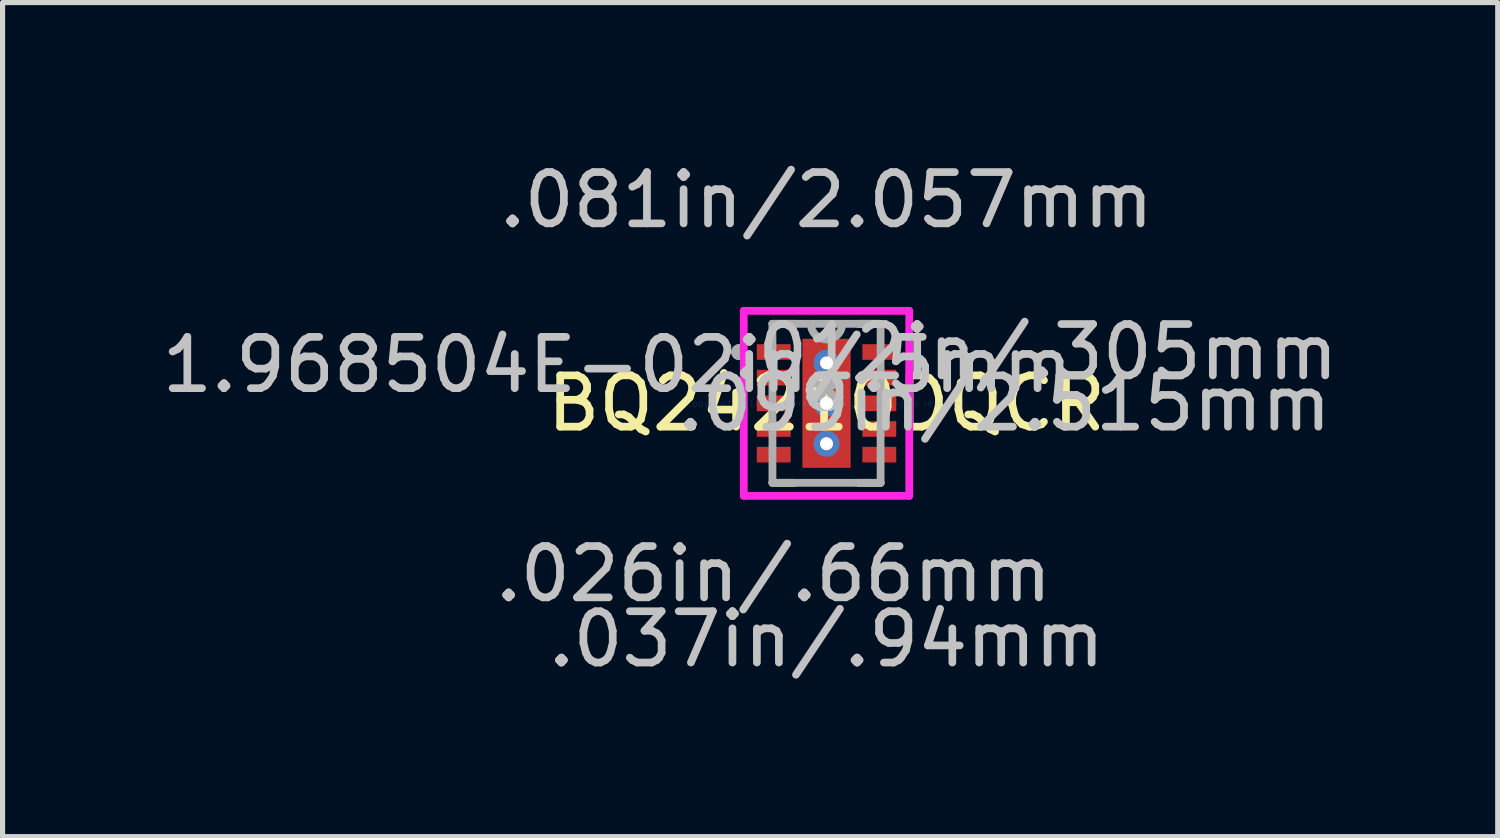
<source format=kicad_pcb>
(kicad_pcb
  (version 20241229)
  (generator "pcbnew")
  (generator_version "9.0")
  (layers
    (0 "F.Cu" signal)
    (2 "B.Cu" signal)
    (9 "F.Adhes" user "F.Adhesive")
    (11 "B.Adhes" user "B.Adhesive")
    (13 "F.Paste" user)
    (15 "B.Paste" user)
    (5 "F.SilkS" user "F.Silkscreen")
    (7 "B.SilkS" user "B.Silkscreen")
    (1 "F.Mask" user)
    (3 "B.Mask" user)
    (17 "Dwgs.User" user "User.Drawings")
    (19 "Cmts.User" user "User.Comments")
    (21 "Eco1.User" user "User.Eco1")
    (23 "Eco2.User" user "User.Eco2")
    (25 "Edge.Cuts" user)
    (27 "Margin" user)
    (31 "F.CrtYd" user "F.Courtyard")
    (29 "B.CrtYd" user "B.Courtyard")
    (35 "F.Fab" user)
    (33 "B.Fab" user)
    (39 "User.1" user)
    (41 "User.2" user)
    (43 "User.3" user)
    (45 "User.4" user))
  (footprint "BQ24210DQCR"
    (layer "F.Cu")
    (at 13.059 4.811)
    (property "Reference" "BQ24210DQCR" (at 0 0 0) (layer "F.SilkS") (effects (font (size 1 1) (thickness 0.15))))
    (attr through_hole)
    (fp_line (start -0.533 -1.321) (end -0.2 -1.321) (stroke (width 0.152) (type solid)) (layer "F.Mask"))
    (fp_line (start -0.533 -1.321) (end 0.533 -1.321) (stroke (width 0.152) (type solid)) (layer "F.Mask"))
    (fp_line (start -0.533 -0.987) (end -0.533 -1.321) (stroke (width 0.152) (type solid)) (layer "F.Mask"))
    (fp_line (start -0.533 -0.587) (end 0.533 -0.587) (stroke (width 0.152) (type solid)) (layer "F.Mask"))
    (fp_line (start -0.533 -0.2) (end -0.533 -0.587) (stroke (width 0.152) (type solid)) (layer "F.Mask"))
    (fp_line (start -0.533 0.2) (end 0.533 0.2) (stroke (width 0.152) (type solid)) (layer "F.Mask"))
    (fp_line (start -0.533 0.587) (end -0.533 0.2) (stroke (width 0.152) (type solid)) (layer "F.Mask"))
    (fp_line (start -0.533 0.987) (end 0.533 0.987) (stroke (width 0.152) (type solid)) (layer "F.Mask"))
    (fp_line (start -0.533 1.321) (end -0.533 -1.321) (stroke (width 0.152) (type solid)) (layer "F.Mask"))
    (fp_line (start -0.533 1.321) (end -0.533 0.987) (stroke (width 0.152) (type solid)) (layer "F.Mask"))
    (fp_line (start -0.2 -1.321) (end -0.2 1.321) (stroke (width 0.152) (type solid)) (layer "F.Mask"))
    (fp_line (start -0.2 1.321) (end -0.533 1.321) (stroke (width 0.152) (type solid)) (layer "F.Mask"))
    (fp_line (start 0.2 -1.321) (end 0.533 -1.321) (stroke (width 0.152) (type solid)) (layer "F.Mask"))
    (fp_line (start 0.2 1.321) (end 0.2 -1.321) (stroke (width 0.152) (type solid)) (layer "F.Mask"))
    (fp_line (start 0.533 -1.321) (end 0.533 -0.987) (stroke (width 0.152) (type solid)) (layer "F.Mask"))
    (fp_line (start 0.533 -1.321) (end 0.533 1.321) (stroke (width 0.152) (type solid)) (layer "F.Mask"))
    (fp_line (start 0.533 -0.987) (end -0.533 -0.987) (stroke (width 0.152) (type solid)) (layer "F.Mask"))
    (fp_line (start 0.533 -0.587) (end 0.533 -0.2) (stroke (width 0.152) (type solid)) (layer "F.Mask"))
    (fp_line (start 0.533 -0.2) (end -0.533 -0.2) (stroke (width 0.152) (type solid)) (layer "F.Mask"))
    (fp_line (start 0.533 0.2) (end 0.533 0.587) (stroke (width 0.152) (type solid)) (layer "F.Mask"))
    (fp_line (start 0.533 0.587) (end -0.533 0.587) (stroke (width 0.152) (type solid)) (layer "F.Mask"))
    (fp_line (start 0.533 0.987) (end 0.533 1.321) (stroke (width 0.152) (type solid)) (layer "F.Mask"))
    (fp_line (start 0.533 1.321) (end -0.533 1.321) (stroke (width 0.152) (type solid)) (layer "F.Mask"))
    (fp_line (start 0.533 1.321) (end 0.2 1.321) (stroke (width 0.152) (type solid)) (layer "F.Mask"))
    (fp_line (start -1.054 1.549) (end -0.629 1.549) (stroke (width 0.152) (type solid)) (layer "F.SilkS"))
    (fp_line (start -0.629 -1.549) (end -1.054 -1.549) (stroke (width 0.152) (type solid)) (layer "F.SilkS"))
    (fp_line (start 0.629 1.549) (end 1.054 1.549) (stroke (width 0.152) (type solid)) (layer "F.SilkS"))
    (fp_line (start 1.054 -1.549) (end 0.629 -1.549) (stroke (width 0.152) (type solid)) (layer "F.SilkS"))
    (fp_arc (start -1.7105 -1.0762) (mid -1.636671 -0.98114) (end -1.747046 -0.933136) (stroke (width 0.1524) (type solid)) (layer "F.SilkS"))
    (fp_line (start -0.395 -1.182) (end -0.395 -0.887) (stroke (width 0.152) (type solid)) (layer "F.Paste"))
    (fp_line (start -0.395 -0.887) (end -0.241 -0.887) (stroke (width 0.152) (type solid)) (layer "F.Paste"))
    (fp_line (start -0.395 -0.687) (end -0.395 -0.1) (stroke (width 0.152) (type solid)) (layer "F.Paste"))
    (fp_line (start -0.395 -0.1) (end -0.241 -0.1) (stroke (width 0.152) (type solid)) (layer "F.Paste"))
    (fp_line (start -0.395 0.1) (end -0.395 0.687) (stroke (width 0.152) (type solid)) (layer "F.Paste"))
    (fp_line (start -0.395 0.687) (end -0.241 0.687) (stroke (width 0.152) (type solid)) (layer "F.Paste"))
    (fp_line (start -0.395 0.887) (end -0.395 1.182) (stroke (width 0.152) (type solid)) (layer "F.Paste"))
    (fp_line (start -0.395 1.182) (end -0.1 1.182) (stroke (width 0.152) (type solid)) (layer "F.Paste"))
    (fp_line (start -0.241 -0.887) (end -0.241 -0.887) (stroke (width 0.152) (type solid)) (layer "F.Paste"))
    (fp_line (start -0.241 -0.887) (end -0.1 -1.029) (stroke (width 0.152) (type solid)) (layer "F.Paste"))
    (fp_line (start -0.241 -0.687) (end -0.395 -0.687) (stroke (width 0.152) (type solid)) (layer "F.Paste"))
    (fp_line (start -0.241 -0.687) (end -0.241 -0.687) (stroke (width 0.152) (type solid)) (layer "F.Paste"))
    (fp_line (start -0.241 -0.1) (end -0.241 -0.1) (stroke (width 0.152) (type solid)) (layer "F.Paste"))
    (fp_line (start -0.241 -0.1) (end -0.1 -0.241) (stroke (width 0.152) (type solid)) (layer "F.Paste"))
    (fp_line (start -0.241 0.1) (end -0.395 0.1) (stroke (width 0.152) (type solid)) (layer "F.Paste"))
    (fp_line (start -0.241 0.1) (end -0.241 0.1) (stroke (width 0.152) (type solid)) (layer "F.Paste"))
    (fp_line (start -0.241 0.687) (end -0.241 0.687) (stroke (width 0.152) (type solid)) (layer "F.Paste"))
    (fp_line (start -0.241 0.687) (end -0.1 0.546) (stroke (width 0.152) (type solid)) (layer "F.Paste"))
    (fp_line (start -0.241 0.887) (end -0.395 0.887) (stroke (width 0.152) (type solid)) (layer "F.Paste"))
    (fp_line (start -0.241 0.887) (end -0.241 0.887) (stroke (width 0.152) (type solid)) (layer "F.Paste"))
    (fp_line (start -0.1 -1.182) (end -0.395 -1.182) (stroke (width 0.152) (type solid)) (layer "F.Paste"))
    (fp_line (start -0.1 -1.029) (end -0.1 -1.182) (stroke (width 0.152) (type solid)) (layer "F.Paste"))
    (fp_line (start -0.1 -1.029) (end -0.1 -1.029) (stroke (width 0.152) (type solid)) (layer "F.Paste"))
    (fp_line (start -0.1 -0.546) (end -0.241 -0.687) (stroke (width 0.152) (type solid)) (layer "F.Paste"))
    (fp_line (start -0.1 -0.546) (end -0.1 -0.546) (stroke (width 0.152) (type solid)) (layer "F.Paste"))
    (fp_line (start -0.1 -0.241) (end -0.1 -0.546) (stroke (width 0.152) (type solid)) (layer "F.Paste"))
    (fp_line (start -0.1 -0.241) (end -0.1 -0.241) (stroke (width 0.152) (type solid)) (layer "F.Paste"))
    (fp_line (start -0.1 0.241) (end -0.241 0.1) (stroke (width 0.152) (type solid)) (layer "F.Paste"))
    (fp_line (start -0.1 0.241) (end -0.1 0.241) (stroke (width 0.152) (type solid)) (layer "F.Paste"))
    (fp_line (start -0.1 0.546) (end -0.1 0.241) (stroke (width 0.152) (type solid)) (layer "F.Paste"))
    (fp_line (start -0.1 0.546) (end -0.1 0.546) (stroke (width 0.152) (type solid)) (layer "F.Paste"))
    (fp_line (start -0.1 1.029) (end -0.241 0.887) (stroke (width 0.152) (type solid)) (layer "F.Paste"))
    (fp_line (start -0.1 1.029) (end -0.1 1.029) (stroke (width 0.152) (type solid)) (layer "F.Paste"))
    (fp_line (start -0.1 1.182) (end -0.1 1.029) (stroke (width 0.152) (type solid)) (layer "F.Paste"))
    (fp_line (start 0.1 -1.182) (end 0.1 -1.029) (stroke (width 0.152) (type solid)) (layer "F.Paste"))
    (fp_line (start 0.1 -1.029) (end 0.1 -1.029) (stroke (width 0.152) (type solid)) (layer "F.Paste"))
    (fp_line (start 0.1 -1.029) (end 0.241 -0.887) (stroke (width 0.152) (type solid)) (layer "F.Paste"))
    (fp_line (start 0.1 -0.546) (end 0.1 -0.546) (stroke (width 0.152) (type solid)) (layer "F.Paste"))
    (fp_line (start 0.1 -0.546) (end 0.1 -0.241) (stroke (width 0.152) (type solid)) (layer "F.Paste"))
    (fp_line (start 0.1 -0.241) (end 0.1 -0.241) (stroke (width 0.152) (type solid)) (layer "F.Paste"))
    (fp_line (start 0.1 -0.241) (end 0.241 -0.1) (stroke (width 0.152) (type solid)) (layer "F.Paste"))
    (fp_line (start 0.1 0.241) (end 0.1 0.241) (stroke (width 0.152) (type solid)) (layer "F.Paste"))
    (fp_line (start 0.1 0.241) (end 0.1 0.546) (stroke (width 0.152) (type solid)) (layer "F.Paste"))
    (fp_line (start 0.1 0.546) (end 0.1 0.546) (stroke (width 0.152) (type solid)) (layer "F.Paste"))
    (fp_line (start 0.1 0.546) (end 0.241 0.687) (stroke (width 0.152) (type solid)) (layer "F.Paste"))
    (fp_line (start 0.1 1.029) (end 0.1 1.029) (stroke (width 0.152) (type solid)) (layer "F.Paste"))
    (fp_line (start 0.1 1.029) (end 0.1 1.182) (stroke (width 0.152) (type solid)) (layer "F.Paste"))
    (fp_line (start 0.1 1.182) (end 0.395 1.182) (stroke (width 0.152) (type solid)) (layer "F.Paste"))
    (fp_line (start 0.241 -0.887) (end 0.241 -0.887) (stroke (width 0.152) (type solid)) (layer "F.Paste"))
    (fp_line (start 0.241 -0.887) (end 0.395 -0.887) (stroke (width 0.152) (type solid)) (layer "F.Paste"))
    (fp_line (start 0.241 -0.687) (end 0.1 -0.546) (stroke (width 0.152) (type solid)) (layer "F.Paste"))
    (fp_line (start 0.241 -0.687) (end 0.241 -0.687) (stroke (width 0.152) (type solid)) (layer "F.Paste"))
    (fp_line (start 0.241 -0.1) (end 0.241 -0.1) (stroke (width 0.152) (type solid)) (layer "F.Paste"))
    (fp_line (start 0.241 -0.1) (end 0.395 -0.1) (stroke (width 0.152) (type solid)) (layer "F.Paste"))
    (fp_line (start 0.241 0.1) (end 0.1 0.241) (stroke (width 0.152) (type solid)) (layer "F.Paste"))
    (fp_line (start 0.241 0.1) (end 0.241 0.1) (stroke (width 0.152) (type solid)) (layer "F.Paste"))
    (fp_line (start 0.241 0.687) (end 0.241 0.687) (stroke (width 0.152) (type solid)) (layer "F.Paste"))
    (fp_line (start 0.241 0.687) (end 0.395 0.687) (stroke (width 0.152) (type solid)) (layer "F.Paste"))
    (fp_line (start 0.241 0.887) (end 0.1 1.029) (stroke (width 0.152) (type solid)) (layer "F.Paste"))
    (fp_line (start 0.241 0.887) (end 0.241 0.887) (stroke (width 0.152) (type solid)) (layer "F.Paste"))
    (fp_line (start 0.395 -1.182) (end 0.1 -1.182) (stroke (width 0.152) (type solid)) (layer "F.Paste"))
    (fp_line (start 0.395 -0.887) (end 0.395 -1.182) (stroke (width 0.152) (type solid)) (layer "F.Paste"))
    (fp_line (start 0.395 -0.687) (end 0.241 -0.687) (stroke (width 0.152) (type solid)) (layer "F.Paste"))
    (fp_line (start 0.395 -0.1) (end 0.395 -0.687) (stroke (width 0.152) (type solid)) (layer "F.Paste"))
    (fp_line (start 0.395 0.1) (end 0.241 0.1) (stroke (width 0.152) (type solid)) (layer "F.Paste"))
    (fp_line (start 0.395 0.687) (end 0.395 0.1) (stroke (width 0.152) (type solid)) (layer "F.Paste"))
    (fp_line (start 0.395 0.887) (end 0.241 0.887) (stroke (width 0.152) (type solid)) (layer "F.Paste"))
    (fp_line (start 0.395 1.182) (end 0.395 0.887) (stroke (width 0.152) (type solid)) (layer "F.Paste"))
    (fp_line (start -1.613 -1.803) (end 1.613 -1.803) (stroke (width 0.152) (type solid)) (layer "F.CrtYd"))
    (fp_line (start -1.613 1.803) (end -1.613 -1.803) (stroke (width 0.152) (type solid)) (layer "F.CrtYd"))
    (fp_line (start 1.613 -1.803) (end 1.613 1.803) (stroke (width 0.152) (type solid)) (layer "F.CrtYd"))
    (fp_line (start 1.613 1.803) (end -1.613 1.803) (stroke (width 0.152) (type solid)) (layer "F.CrtYd"))
    (fp_line (start -1.054 -1.549) (end -1.054 1.549) (stroke (width 0.152) (type solid)) (layer "F.Fab"))
    (fp_line (start -1.054 1.549) (end 1.054 1.549) (stroke (width 0.152) (type solid)) (layer "F.Fab"))
    (fp_line (start 1.054 -1.549) (end -1.054 -1.549) (stroke (width 0.152) (type solid)) (layer "F.Fab"))
    (fp_line (start 1.054 1.549) (end 1.054 -1.549) (stroke (width 0.152) (type solid)) (layer "F.Fab"))
    (fp_arc (start 0.3048 -1.5494) (mid 0 -1.2446) (end -0.3048 -1.5494) (stroke (width 0.1524) (type solid)) (layer "F.Fab"))
    (fp_circle (center -1.71 -1) (end -1.634 -1) (stroke (width 0.152) (type solid)) (fill no) (layer "F.Fab"))
    (fp_text user "*" (at 0 0 0) (layer "F.SilkS") (effects (font (size 1 1) (thickness 0.15))))
    (fp_text user ".099in/2.515mm" (at 3.467 0 0) (layer "Dwgs.User") (effects (font (size 1 1) (thickness 0.15))))
    (fp_text user ".026in/.66mm" (at -1.029 3.327 0) (layer "Dwgs.User") (effects (font (size 1 1) (thickness 0.15))))
    (fp_text user "1.968504E-02in/.5mm" (at -4.077 -0.75 0) (layer "Dwgs.User") (effects (font (size 1 1) (thickness 0.15))))
    (fp_text user ".037in/.94mm" (at 0 4.597 0) (layer "Dwgs.User") (effects (font (size 1 1) (thickness 0.15))))
    (fp_text user ".012in/.305mm" (at 4.077 -1 0) (layer "Dwgs.User") (effects (font (size 1 1) (thickness 0.15))))
    (fp_text user ".081in/2.057mm" (at 0 -3.962 0) (layer "Dwgs.User") (effects (font (size 1 1) (thickness 0.15))))
    (fp_text user "Copyright 2016 Accelerated Designs. All rights reserved." (at 0 0 0) (layer "Cmts.User") (effects (font (size 0.127 0.127) (thickness 0.002))))
    (fp_text user "*" (at 0 0 0) (layer "F.Fab") (effects (font (size 1 1) (thickness 0.15))))
    (pad "1" smd rect (at -1.029 -1) (size 0.66 0.305) (layers "F.Cu" "F.Mask" "F.Paste"))
    (pad "2" smd rect (at -1.029 -0.5) (size 0.66 0.305) (layers "F.Cu" "F.Mask" "F.Paste"))
    (pad "3" smd rect (at -1.029 0) (size 0.66 0.305) (layers "F.Cu" "F.Mask" "F.Paste"))
    (pad "4" smd rect (at -1.029 0.5) (size 0.66 0.305) (layers "F.Cu" "F.Mask" "F.Paste"))
    (pad "5" smd rect (at -1.029 1) (size 0.66 0.305) (layers "F.Cu" "F.Mask" "F.Paste"))
    (pad "6" smd rect (at 1.029 1) (size 0.66 0.305) (layers "F.Cu" "F.Mask" "F.Paste"))
    (pad "7" smd rect (at 1.029 0.5) (size 0.66 0.305) (layers "F.Cu" "F.Mask" "F.Paste"))
    (pad "8" smd rect (at 1.029 0) (size 0.66 0.305) (layers "F.Cu" "F.Mask" "F.Paste"))
    (pad "9" smd rect (at 1.029 -0.5) (size 0.66 0.305) (layers "F.Cu" "F.Mask" "F.Paste"))
    (pad "10" smd rect (at 1.029 -1) (size 0.66 0.305) (layers "F.Cu" "F.Mask" "F.Paste"))
    (pad "11" smd rect (at 0 0) (size 0.94 2.515) (layers "F.Cu" "F.Mask" "F.Paste"))
    (pad "V" thru_hole circle (at 0 -0.787) (size 0.508 0.508) (drill 0.254) (layers "*.Cu" "*.Mask"))
    (pad "V" thru_hole circle (at 0 0) (size 0.508 0.508) (drill 0.254) (layers "*.Cu" "*.Mask"))
    (pad "V" thru_hole circle (at 0 0.787) (size 0.508 0.508) (drill 0.254) (layers "*.Cu" "*.Mask")))
  (gr_rect
    (start -3 -3)
    (end 26.141 13.256)
    (stroke (width 0.1) (type default))
    (fill no)
    (layer "Edge.Cuts")))
</source>
